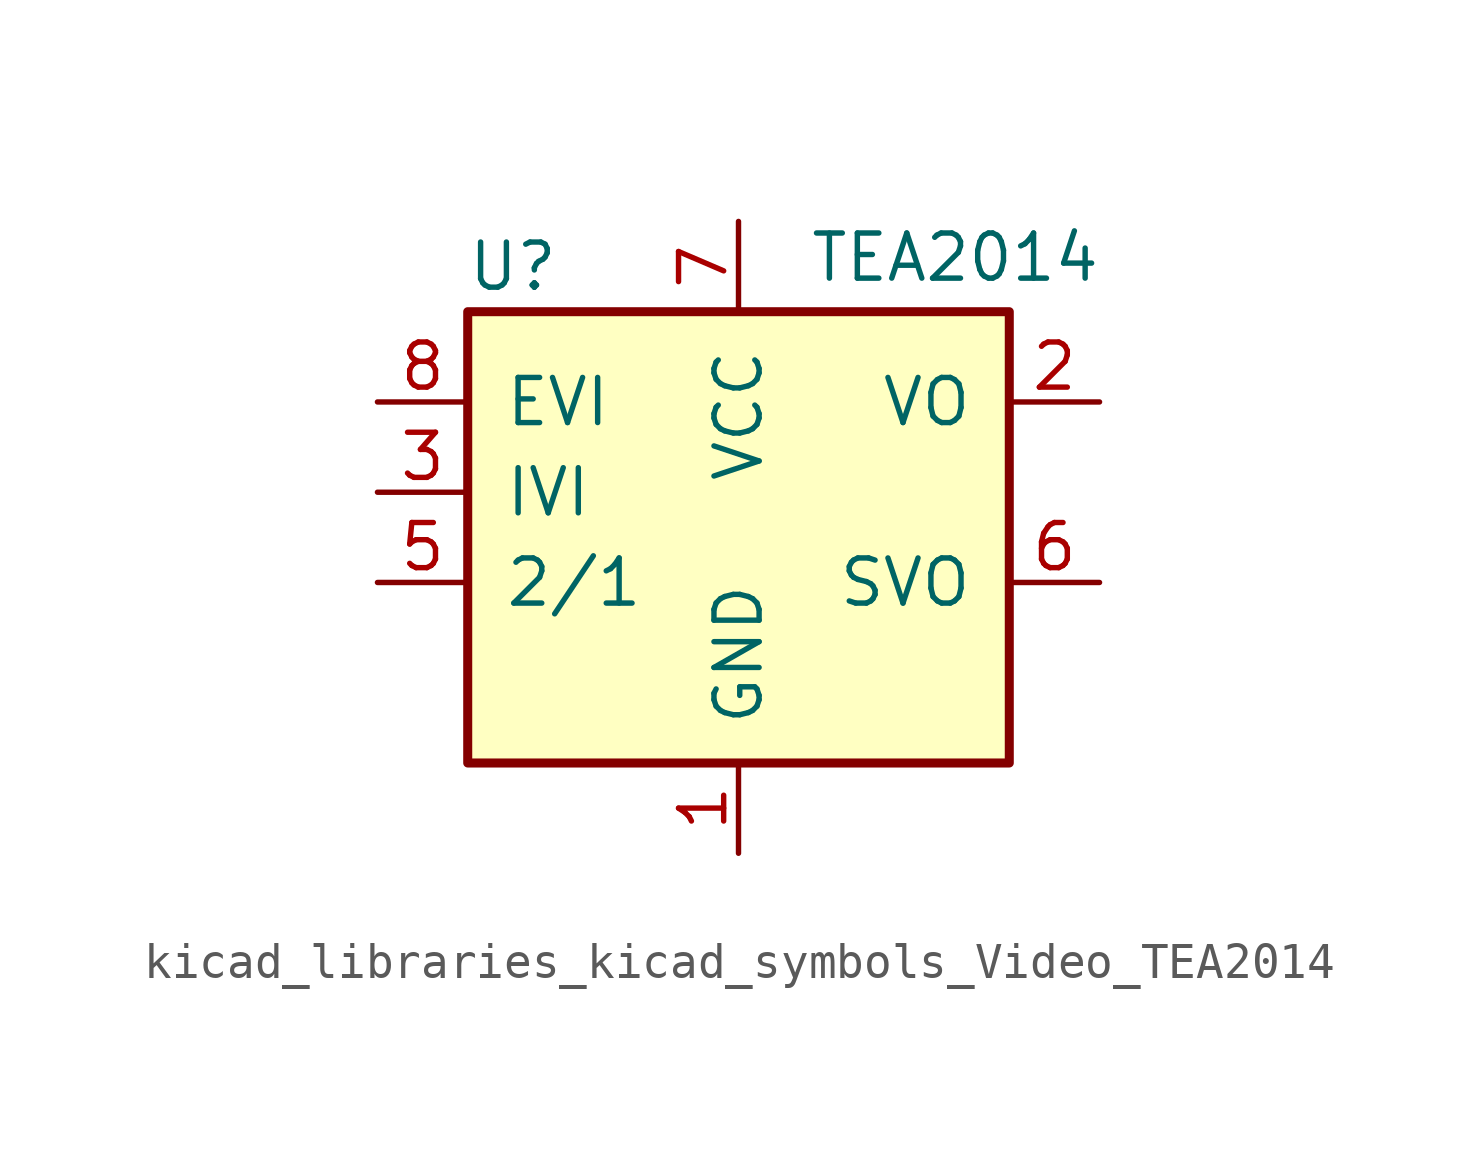
<source format=kicad_sym>
(kicad_symbol_lib
  (version 20220914)
  (generator kicad_symbol_editor)
  (symbol "kicad_libraries_kicad_symbols_Video_TEA2014"
    (pin_names
      (offset 1.016))
    (property "Reference" "U"
      (at -6.35 6.35 0)
      (effects (font (size 1.27 1.27))))
    (property "Value" "TEA2014"
      (at 6.096 6.604 0)
      (effects (font (size 1.27 1.27))))
    (symbol "kicad_libraries_kicad_symbols_Video_TEA2014_0_1"
      (rectangle (start -7.62 5.08) (end 7.62 -7.62) (stroke (width 0.254) (type default)) (fill (type background))))
    (symbol "kicad_libraries_kicad_symbols_Video_TEA2014_1_1"
      (pin power_in line (at 0 -10.16 90) (length 2.54) (name "GND" (effects (font (size 1.27 1.27)))) (number "1" (effects (font (size 1.27 1.27)))))
      (pin output line (at 10.16 2.54 180) (length 2.54) (name "VO" (effects (font (size 1.27 1.27)))) (number "2" (effects (font (size 1.27 1.27)))))
      (pin input line (at -10.16 0 0) (length 2.54) (name "IVI" (effects (font (size 1.27 1.27)))) (number "3" (effects (font (size 1.27 1.27)))))
      (pin no_connect line (at 7.62 0 180) (length 2.54) hide (name "NC" (effects (font (size 1.27 1.27)))) (number "4" (effects (font (size 1.27 1.27)))))
      (pin input line (at -10.16 -2.54 0) (length 2.54) (name "2/1" (effects (font (size 1.27 1.27)))) (number "5" (effects (font (size 1.27 1.27)))))
      (pin output line (at 10.16 -2.54 180) (length 2.54) (name "SVO" (effects (font (size 1.27 1.27)))) (number "6" (effects (font (size 1.27 1.27)))))
      (pin power_in line (at 0 7.62 270) (length 2.54) (name "VCC" (effects (font (size 1.27 1.27)))) (number "7" (effects (font (size 1.27 1.27)))))
      (pin input line (at -10.16 2.54 0) (length 2.54) (name "EVI" (effects (font (size 1.27 1.27)))) (number "8" (effects (font (size 1.27 1.27))))))))
</source>
